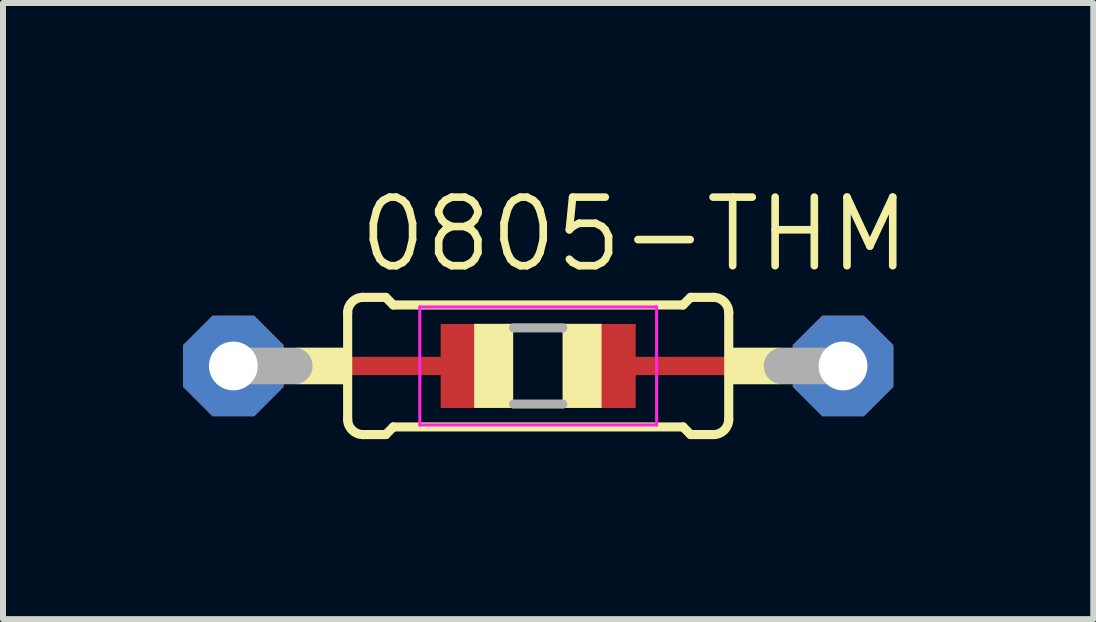
<source format=kicad_pcb>
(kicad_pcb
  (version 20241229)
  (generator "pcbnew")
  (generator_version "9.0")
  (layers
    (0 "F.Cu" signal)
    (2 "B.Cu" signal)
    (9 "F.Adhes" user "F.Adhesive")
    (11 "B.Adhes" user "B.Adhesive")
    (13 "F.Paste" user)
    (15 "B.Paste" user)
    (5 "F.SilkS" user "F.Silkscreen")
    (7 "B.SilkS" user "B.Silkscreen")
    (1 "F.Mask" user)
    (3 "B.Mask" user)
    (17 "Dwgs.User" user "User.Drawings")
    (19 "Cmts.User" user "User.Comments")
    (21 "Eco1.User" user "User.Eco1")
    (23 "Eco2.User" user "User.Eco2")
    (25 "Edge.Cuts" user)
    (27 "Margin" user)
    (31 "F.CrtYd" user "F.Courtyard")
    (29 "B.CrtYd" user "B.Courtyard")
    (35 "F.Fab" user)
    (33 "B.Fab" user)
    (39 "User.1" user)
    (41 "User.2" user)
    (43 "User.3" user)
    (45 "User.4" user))
  (footprint "0805-THM"
    (layer "F.Cu")
    (at 5.918 3.048)
    (property "Reference" "0805-THM" (at -3.048 -1.524 0) (layer "F.SilkS") (effects (font (size 1.143 1.143) (thickness 0.127)) (justify left bottom)))
    (fp_line (start -4.5 0) (end -1.1 0) (stroke (width 0.305) (type solid)) (layer "F.Cu"))
    (fp_line (start 1 0) (end 5.1 0) (stroke (width 0.305) (type solid)) (layer "F.Cu"))
    (fp_poly (pts (xy -1.625 0.7) (xy -0.425 0.7) (xy -0.425 -0.7) (xy -1.625 -0.7)) (stroke (width 0) (type default)) (fill yes) (layer "F.Cu"))
    (fp_poly (pts (xy 0.425 0.7) (xy 1.625 0.7) (xy 1.625 -0.7) (xy 0.425 -0.7)) (stroke (width 0) (type default)) (fill yes) (layer "F.Cu"))
    (fp_poly (pts (xy -1.725 0.8) (xy -0.325 0.8) (xy -0.325 -0.8) (xy -1.725 -0.8)) (stroke (width 0) (type default)) (fill yes) (layer "F.Mask"))
    (fp_poly (pts (xy 0.325 0.8) (xy 1.725 0.8) (xy 1.725 -0.8) (xy 0.325 -0.8)) (stroke (width 0) (type default)) (fill yes) (layer "F.Mask"))
    (fp_line (start -3.175 0.889) (end -3.175 -0.889) (stroke (width 0.152) (type solid)) (layer "F.SilkS"))
    (fp_line (start -2.921 -1.143) (end -2.54 -1.143) (stroke (width 0.152) (type solid)) (layer "F.SilkS"))
    (fp_line (start -2.921 1.143) (end -2.54 1.143) (stroke (width 0.152) (type solid)) (layer "F.SilkS"))
    (fp_line (start -2.413 -1.016) (end -2.54 -1.143) (stroke (width 0.152) (type solid)) (layer "F.SilkS"))
    (fp_line (start -2.413 1.016) (end -2.54 1.143) (stroke (width 0.152) (type solid)) (layer "F.SilkS"))
    (fp_line (start 2.413 -1.016) (end -2.413 -1.016) (stroke (width 0.152) (type solid)) (layer "F.SilkS"))
    (fp_line (start 2.413 -1.016) (end 2.54 -1.143) (stroke (width 0.152) (type solid)) (layer "F.SilkS"))
    (fp_line (start 2.413 1.016) (end -2.413 1.016) (stroke (width 0.152) (type solid)) (layer "F.SilkS"))
    (fp_line (start 2.413 1.016) (end 2.54 1.143) (stroke (width 0.152) (type solid)) (layer "F.SilkS"))
    (fp_line (start 2.921 -1.143) (end 2.54 -1.143) (stroke (width 0.152) (type solid)) (layer "F.SilkS"))
    (fp_line (start 2.921 1.143) (end 2.54 1.143) (stroke (width 0.152) (type solid)) (layer "F.SilkS"))
    (fp_line (start 3.175 0.889) (end 3.175 -0.889) (stroke (width 0.152) (type solid)) (layer "F.SilkS"))
    (fp_arc (start -3.175 -0.889) (mid -3.100605 -1.068605) (end -2.921 -1.143) (stroke (width 0.1524) (type solid)) (layer "F.SilkS"))
    (fp_arc (start -2.921 1.143) (mid -3.100605 1.068605) (end -3.175 0.889) (stroke (width 0.1524) (type solid)) (layer "F.SilkS"))
    (fp_arc (start 2.921 -1.143) (mid 3.100605 -1.068605) (end 3.175 -0.889) (stroke (width 0.1524) (type solid)) (layer "F.SilkS"))
    (fp_arc (start 3.175 0.889) (mid 3.100605 1.068605) (end 2.921 1.143) (stroke (width 0.1524) (type solid)) (layer "F.SilkS"))
    (fp_poly (pts (xy -4.039 0.305) (xy -3.175 0.305) (xy -3.175 -0.305) (xy -4.039 -0.305)) (stroke (width 0) (type default)) (fill yes) (layer "F.SilkS"))
    (fp_poly (pts (xy -1.067 0.699) (xy -0.417 0.699) (xy -0.417 -0.702) (xy -1.067 -0.702)) (stroke (width 0) (type default)) (fill yes) (layer "F.SilkS"))
    (fp_poly (pts (xy 0.406 0.699) (xy 1.056 0.699) (xy 1.056 -0.702) (xy 0.406 -0.702)) (stroke (width 0) (type default)) (fill yes) (layer "F.SilkS"))
    (fp_poly (pts (xy 3.175 0.305) (xy 4.039 0.305) (xy 4.039 -0.305) (xy 3.175 -0.305)) (stroke (width 0) (type default)) (fill yes) (layer "F.SilkS"))
    (fp_poly (pts (xy -1.625 0.7) (xy -0.425 0.7) (xy -0.425 -0.7) (xy -1.625 -0.7)) (stroke (width 0) (type default)) (fill yes) (layer "F.Paste"))
    (fp_poly (pts (xy 0.425 0.7) (xy 1.625 0.7) (xy 1.625 -0.7) (xy 0.425 -0.7)) (stroke (width 0) (type default)) (fill yes) (layer "F.Paste"))
    (fp_line (start -1.973 -0.983) (end 1.973 -0.983) (stroke (width 0.051) (type solid)) (layer "F.CrtYd"))
    (fp_line (start -1.973 0.983) (end -1.973 -0.983) (stroke (width 0.051) (type solid)) (layer "F.CrtYd"))
    (fp_line (start 1.973 -0.983) (end 1.973 0.983) (stroke (width 0.051) (type solid)) (layer "F.CrtYd"))
    (fp_line (start 1.973 0.983) (end -1.973 0.983) (stroke (width 0.051) (type solid)) (layer "F.CrtYd"))
    (fp_line (start -5.08 0) (end -4.064 0) (stroke (width 0.61) (type solid)) (layer "F.Fab"))
    (fp_line (start -0.41 -0.635) (end 0.41 -0.635) (stroke (width 0.152) (type solid)) (layer "F.Fab"))
    (fp_line (start -0.41 0.635) (end 0.41 0.635) (stroke (width 0.152) (type solid)) (layer "F.Fab"))
    (fp_line (start 5.08 0) (end 4.064 0) (stroke (width 0.61) (type solid)) (layer "F.Fab"))
    (pad "1" thru_hole roundrect (at -5.08 0) (size 1.676 1.676) (drill 0.813) (layers "*.Cu" "*.Mask") (roundrect_rratio 0.25) (chamfer_ratio 0.293) (chamfer top_left top_right bottom_left bottom_right))
    (pad "2" thru_hole roundrect (at 5.08 0) (size 1.676 1.676) (drill 0.813) (layers "*.Cu" "*.Mask") (roundrect_rratio 0.25) (chamfer_ratio 0.293) (chamfer top_left top_right bottom_left bottom_right)))
  (gr_rect
    (start -3 -3)
    (end 15.167 7.267)
    (stroke (width 0.1) (type default))
    (fill no)
    (layer "Edge.Cuts")))
</source>
